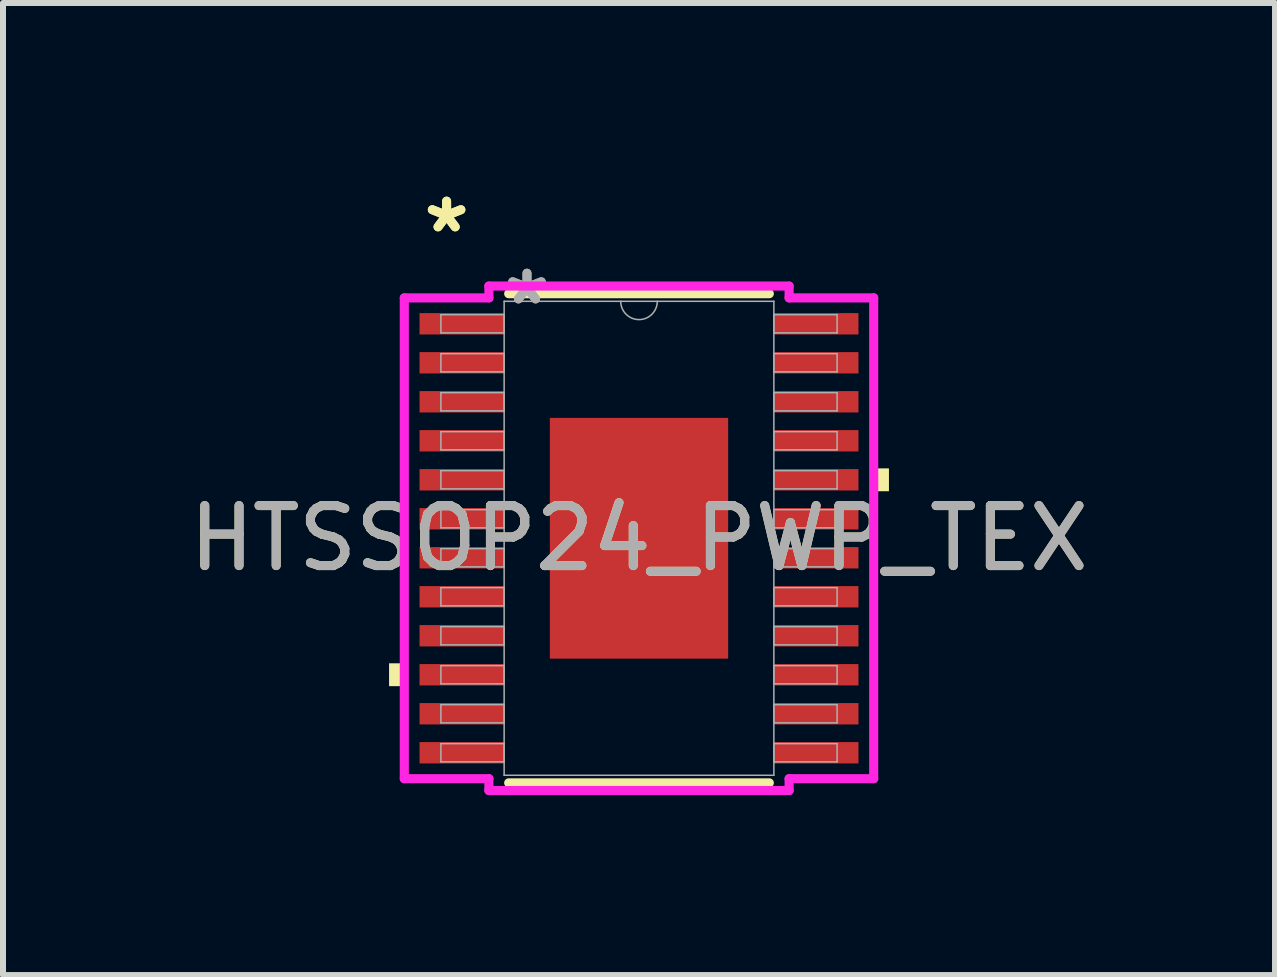
<source format=kicad_pcb>
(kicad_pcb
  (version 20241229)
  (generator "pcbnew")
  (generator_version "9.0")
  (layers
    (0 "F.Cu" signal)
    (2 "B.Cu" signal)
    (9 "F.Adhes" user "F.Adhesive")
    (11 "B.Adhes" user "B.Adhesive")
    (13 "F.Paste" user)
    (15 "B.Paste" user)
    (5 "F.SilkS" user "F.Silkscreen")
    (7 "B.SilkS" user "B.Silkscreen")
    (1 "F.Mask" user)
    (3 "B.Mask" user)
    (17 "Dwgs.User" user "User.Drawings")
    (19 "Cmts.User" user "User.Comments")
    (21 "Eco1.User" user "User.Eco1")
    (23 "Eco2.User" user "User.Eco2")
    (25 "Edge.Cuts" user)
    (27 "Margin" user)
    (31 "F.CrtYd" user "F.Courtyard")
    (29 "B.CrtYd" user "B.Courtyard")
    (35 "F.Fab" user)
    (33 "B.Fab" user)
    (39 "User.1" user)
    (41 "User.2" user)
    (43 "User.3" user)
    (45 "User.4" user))
  (footprint "HTSSOP24_PWP_TEX"
    (layer "F.Cu")
    (at 7.601 5.922)
    (property "Reference" "HTSSOP24_PWP_TEX" (at 0 0 0) (unlocked yes) (layer "F.SilkS") (effects (font (size 1 1) (thickness 0.15))))
    (attr smd)
    (fp_line (start -2.172 4.077) (end 2.172 4.077) (stroke (width 0.152) (type solid)) (layer "F.SilkS"))
    (fp_line (start 2.172 -4.077) (end -2.172 -4.077) (stroke (width 0.152) (type solid)) (layer "F.SilkS"))
    (fp_poly (pts (xy -4.166 2.084) (xy -4.166 2.465) (xy -3.912 2.465) (xy -3.912 2.084)) (stroke (width 0) (type solid)) (fill yes) (layer "F.SilkS"))
    (fp_poly (pts (xy 4.166 -1.165) (xy 4.166 -0.784) (xy 3.912 -0.784) (xy 3.912 -1.165)) (stroke (width 0) (type solid)) (fill yes) (layer "F.SilkS"))
    (fp_poly (pts (xy -1.386 -1.907) (xy -1.386 -0.769) (xy -0.1 -0.769) (xy -0.1 -1.907)) (stroke (width 0) (type solid)) (fill yes) (layer "F.Paste"))
    (fp_poly (pts (xy -1.386 -0.569) (xy -1.386 0.569) (xy -0.1 0.569) (xy -0.1 -0.569)) (stroke (width 0) (type solid)) (fill yes) (layer "F.Paste"))
    (fp_poly (pts (xy -1.386 0.769) (xy -1.386 1.907) (xy -0.1 1.907) (xy -0.1 0.769)) (stroke (width 0) (type solid)) (fill yes) (layer "F.Paste"))
    (fp_poly (pts (xy 0.1 -1.907) (xy 0.1 -0.769) (xy 1.386 -0.769) (xy 1.386 -1.907)) (stroke (width 0) (type solid)) (fill yes) (layer "F.Paste"))
    (fp_poly (pts (xy 0.1 -0.569) (xy 0.1 0.569) (xy 1.386 0.569) (xy 1.386 -0.569)) (stroke (width 0) (type solid)) (fill yes) (layer "F.Paste"))
    (fp_poly (pts (xy 0.1 0.769) (xy 0.1 1.907) (xy 1.386 1.907) (xy 1.386 0.769)) (stroke (width 0) (type solid)) (fill yes) (layer "F.Paste"))
    (fp_line (start -3.912 -4.007) (end -2.502 -4.007) (stroke (width 0.152) (type solid)) (layer "F.CrtYd"))
    (fp_line (start -3.912 4.007) (end -3.912 -4.007) (stroke (width 0.152) (type solid)) (layer "F.CrtYd"))
    (fp_line (start -3.912 4.007) (end -2.502 4.007) (stroke (width 0.152) (type solid)) (layer "F.CrtYd"))
    (fp_line (start -2.502 -4.204) (end 2.502 -4.204) (stroke (width 0.152) (type solid)) (layer "F.CrtYd"))
    (fp_line (start -2.502 -4.007) (end -2.502 -4.204) (stroke (width 0.152) (type solid)) (layer "F.CrtYd"))
    (fp_line (start -2.502 4.204) (end -2.502 4.007) (stroke (width 0.152) (type solid)) (layer "F.CrtYd"))
    (fp_line (start 2.502 -4.204) (end 2.502 -4.007) (stroke (width 0.152) (type solid)) (layer "F.CrtYd"))
    (fp_line (start 2.502 4.007) (end 2.502 4.204) (stroke (width 0.152) (type solid)) (layer "F.CrtYd"))
    (fp_line (start 2.502 4.204) (end -2.502 4.204) (stroke (width 0.152) (type solid)) (layer "F.CrtYd"))
    (fp_line (start 3.912 -4.007) (end 2.502 -4.007) (stroke (width 0.152) (type solid)) (layer "F.CrtYd"))
    (fp_line (start 3.912 -4.007) (end 3.912 4.007) (stroke (width 0.152) (type solid)) (layer "F.CrtYd"))
    (fp_line (start 3.912 4.007) (end 2.502 4.007) (stroke (width 0.152) (type solid)) (layer "F.CrtYd"))
    (fp_line (start -3.302 -3.727) (end -3.302 -3.423) (stroke (width 0.025) (type solid)) (layer "F.Fab"))
    (fp_line (start -3.302 -3.423) (end -2.248 -3.423) (stroke (width 0.025) (type solid)) (layer "F.Fab"))
    (fp_line (start -3.302 -3.077) (end -3.302 -2.773) (stroke (width 0.025) (type solid)) (layer "F.Fab"))
    (fp_line (start -3.302 -2.773) (end -2.248 -2.773) (stroke (width 0.025) (type solid)) (layer "F.Fab"))
    (fp_line (start -3.302 -2.427) (end -3.302 -2.123) (stroke (width 0.025) (type solid)) (layer "F.Fab"))
    (fp_line (start -3.302 -2.123) (end -2.248 -2.123) (stroke (width 0.025) (type solid)) (layer "F.Fab"))
    (fp_line (start -3.302 -1.777) (end -3.302 -1.473) (stroke (width 0.025) (type solid)) (layer "F.Fab"))
    (fp_line (start -3.302 -1.473) (end -2.248 -1.473) (stroke (width 0.025) (type solid)) (layer "F.Fab"))
    (fp_line (start -3.302 -1.127) (end -3.302 -0.823) (stroke (width 0.025) (type solid)) (layer "F.Fab"))
    (fp_line (start -3.302 -0.823) (end -2.248 -0.823) (stroke (width 0.025) (type solid)) (layer "F.Fab"))
    (fp_line (start -3.302 -0.477) (end -3.302 -0.173) (stroke (width 0.025) (type solid)) (layer "F.Fab"))
    (fp_line (start -3.302 -0.173) (end -2.248 -0.173) (stroke (width 0.025) (type solid)) (layer "F.Fab"))
    (fp_line (start -3.302 0.173) (end -3.302 0.477) (stroke (width 0.025) (type solid)) (layer "F.Fab"))
    (fp_line (start -3.302 0.477) (end -2.248 0.477) (stroke (width 0.025) (type solid)) (layer "F.Fab"))
    (fp_line (start -3.302 0.823) (end -3.302 1.127) (stroke (width 0.025) (type solid)) (layer "F.Fab"))
    (fp_line (start -3.302 1.127) (end -2.248 1.127) (stroke (width 0.025) (type solid)) (layer "F.Fab"))
    (fp_line (start -3.302 1.473) (end -3.302 1.777) (stroke (width 0.025) (type solid)) (layer "F.Fab"))
    (fp_line (start -3.302 1.777) (end -2.248 1.777) (stroke (width 0.025) (type solid)) (layer "F.Fab"))
    (fp_line (start -3.302 2.123) (end -3.302 2.427) (stroke (width 0.025) (type solid)) (layer "F.Fab"))
    (fp_line (start -3.302 2.427) (end -2.248 2.427) (stroke (width 0.025) (type solid)) (layer "F.Fab"))
    (fp_line (start -3.302 2.773) (end -3.302 3.077) (stroke (width 0.025) (type solid)) (layer "F.Fab"))
    (fp_line (start -3.302 3.077) (end -2.248 3.077) (stroke (width 0.025) (type solid)) (layer "F.Fab"))
    (fp_line (start -3.302 3.423) (end -3.302 3.727) (stroke (width 0.025) (type solid)) (layer "F.Fab"))
    (fp_line (start -3.302 3.727) (end -2.248 3.727) (stroke (width 0.025) (type solid)) (layer "F.Fab"))
    (fp_line (start -2.248 -3.95) (end -2.248 3.95) (stroke (width 0.025) (type solid)) (layer "F.Fab"))
    (fp_line (start -2.248 -3.727) (end -3.302 -3.727) (stroke (width 0.025) (type solid)) (layer "F.Fab"))
    (fp_line (start -2.248 -3.423) (end -2.248 -3.727) (stroke (width 0.025) (type solid)) (layer "F.Fab"))
    (fp_line (start -2.248 -3.077) (end -3.302 -3.077) (stroke (width 0.025) (type solid)) (layer "F.Fab"))
    (fp_line (start -2.248 -2.773) (end -2.248 -3.077) (stroke (width 0.025) (type solid)) (layer "F.Fab"))
    (fp_line (start -2.248 -2.427) (end -3.302 -2.427) (stroke (width 0.025) (type solid)) (layer "F.Fab"))
    (fp_line (start -2.248 -2.123) (end -2.248 -2.427) (stroke (width 0.025) (type solid)) (layer "F.Fab"))
    (fp_line (start -2.248 -1.777) (end -3.302 -1.777) (stroke (width 0.025) (type solid)) (layer "F.Fab"))
    (fp_line (start -2.248 -1.473) (end -2.248 -1.777) (stroke (width 0.025) (type solid)) (layer "F.Fab"))
    (fp_line (start -2.248 -1.127) (end -3.302 -1.127) (stroke (width 0.025) (type solid)) (layer "F.Fab"))
    (fp_line (start -2.248 -0.823) (end -2.248 -1.127) (stroke (width 0.025) (type solid)) (layer "F.Fab"))
    (fp_line (start -2.248 -0.477) (end -3.302 -0.477) (stroke (width 0.025) (type solid)) (layer "F.Fab"))
    (fp_line (start -2.248 -0.173) (end -2.248 -0.477) (stroke (width 0.025) (type solid)) (layer "F.Fab"))
    (fp_line (start -2.248 0.173) (end -3.302 0.173) (stroke (width 0.025) (type solid)) (layer "F.Fab"))
    (fp_line (start -2.248 0.477) (end -2.248 0.173) (stroke (width 0.025) (type solid)) (layer "F.Fab"))
    (fp_line (start -2.248 0.823) (end -3.302 0.823) (stroke (width 0.025) (type solid)) (layer "F.Fab"))
    (fp_line (start -2.248 1.127) (end -2.248 0.823) (stroke (width 0.025) (type solid)) (layer "F.Fab"))
    (fp_line (start -2.248 1.473) (end -3.302 1.473) (stroke (width 0.025) (type solid)) (layer "F.Fab"))
    (fp_line (start -2.248 1.777) (end -2.248 1.473) (stroke (width 0.025) (type solid)) (layer "F.Fab"))
    (fp_line (start -2.248 2.123) (end -3.302 2.123) (stroke (width 0.025) (type solid)) (layer "F.Fab"))
    (fp_line (start -2.248 2.427) (end -2.248 2.123) (stroke (width 0.025) (type solid)) (layer "F.Fab"))
    (fp_line (start -2.248 2.773) (end -3.302 2.773) (stroke (width 0.025) (type solid)) (layer "F.Fab"))
    (fp_line (start -2.248 3.077) (end -2.248 2.773) (stroke (width 0.025) (type solid)) (layer "F.Fab"))
    (fp_line (start -2.248 3.423) (end -3.302 3.423) (stroke (width 0.025) (type solid)) (layer "F.Fab"))
    (fp_line (start -2.248 3.727) (end -2.248 3.423) (stroke (width 0.025) (type solid)) (layer "F.Fab"))
    (fp_line (start -2.248 3.95) (end 2.248 3.95) (stroke (width 0.025) (type solid)) (layer "F.Fab"))
    (fp_line (start 2.248 -3.95) (end -2.248 -3.95) (stroke (width 0.025) (type solid)) (layer "F.Fab"))
    (fp_line (start 2.248 -3.727) (end 2.248 -3.423) (stroke (width 0.025) (type solid)) (layer "F.Fab"))
    (fp_line (start 2.248 -3.423) (end 3.302 -3.423) (stroke (width 0.025) (type solid)) (layer "F.Fab"))
    (fp_line (start 2.248 -3.077) (end 2.248 -2.773) (stroke (width 0.025) (type solid)) (layer "F.Fab"))
    (fp_line (start 2.248 -2.773) (end 3.302 -2.773) (stroke (width 0.025) (type solid)) (layer "F.Fab"))
    (fp_line (start 2.248 -2.427) (end 2.248 -2.123) (stroke (width 0.025) (type solid)) (layer "F.Fab"))
    (fp_line (start 2.248 -2.123) (end 3.302 -2.123) (stroke (width 0.025) (type solid)) (layer "F.Fab"))
    (fp_line (start 2.248 -1.777) (end 2.248 -1.473) (stroke (width 0.025) (type solid)) (layer "F.Fab"))
    (fp_line (start 2.248 -1.473) (end 3.302 -1.473) (stroke (width 0.025) (type solid)) (layer "F.Fab"))
    (fp_line (start 2.248 -1.127) (end 2.248 -0.823) (stroke (width 0.025) (type solid)) (layer "F.Fab"))
    (fp_line (start 2.248 -0.823) (end 3.302 -0.823) (stroke (width 0.025) (type solid)) (layer "F.Fab"))
    (fp_line (start 2.248 -0.477) (end 2.248 -0.173) (stroke (width 0.025) (type solid)) (layer "F.Fab"))
    (fp_line (start 2.248 -0.173) (end 3.302 -0.173) (stroke (width 0.025) (type solid)) (layer "F.Fab"))
    (fp_line (start 2.248 0.173) (end 2.248 0.477) (stroke (width 0.025) (type solid)) (layer "F.Fab"))
    (fp_line (start 2.248 0.477) (end 3.302 0.477) (stroke (width 0.025) (type solid)) (layer "F.Fab"))
    (fp_line (start 2.248 0.823) (end 2.248 1.127) (stroke (width 0.025) (type solid)) (layer "F.Fab"))
    (fp_line (start 2.248 1.127) (end 3.302 1.127) (stroke (width 0.025) (type solid)) (layer "F.Fab"))
    (fp_line (start 2.248 1.473) (end 2.248 1.777) (stroke (width 0.025) (type solid)) (layer "F.Fab"))
    (fp_line (start 2.248 1.777) (end 3.302 1.777) (stroke (width 0.025) (type solid)) (layer "F.Fab"))
    (fp_line (start 2.248 2.123) (end 2.248 2.427) (stroke (width 0.025) (type solid)) (layer "F.Fab"))
    (fp_line (start 2.248 2.427) (end 3.302 2.427) (stroke (width 0.025) (type solid)) (layer "F.Fab"))
    (fp_line (start 2.248 2.773) (end 2.248 3.077) (stroke (width 0.025) (type solid)) (layer "F.Fab"))
    (fp_line (start 2.248 3.077) (end 3.302 3.077) (stroke (width 0.025) (type solid)) (layer "F.Fab"))
    (fp_line (start 2.248 3.423) (end 2.248 3.727) (stroke (width 0.025) (type solid)) (layer "F.Fab"))
    (fp_line (start 2.248 3.727) (end 3.302 3.727) (stroke (width 0.025) (type solid)) (layer "F.Fab"))
    (fp_line (start 2.248 3.95) (end 2.248 -3.95) (stroke (width 0.025) (type solid)) (layer "F.Fab"))
    (fp_line (start 3.302 -3.727) (end 2.248 -3.727) (stroke (width 0.025) (type solid)) (layer "F.Fab"))
    (fp_line (start 3.302 -3.423) (end 3.302 -3.727) (stroke (width 0.025) (type solid)) (layer "F.Fab"))
    (fp_line (start 3.302 -3.077) (end 2.248 -3.077) (stroke (width 0.025) (type solid)) (layer "F.Fab"))
    (fp_line (start 3.302 -2.773) (end 3.302 -3.077) (stroke (width 0.025) (type solid)) (layer "F.Fab"))
    (fp_line (start 3.302 -2.427) (end 2.248 -2.427) (stroke (width 0.025) (type solid)) (layer "F.Fab"))
    (fp_line (start 3.302 -2.123) (end 3.302 -2.427) (stroke (width 0.025) (type solid)) (layer "F.Fab"))
    (fp_line (start 3.302 -1.777) (end 2.248 -1.777) (stroke (width 0.025) (type solid)) (layer "F.Fab"))
    (fp_line (start 3.302 -1.473) (end 3.302 -1.777) (stroke (width 0.025) (type solid)) (layer "F.Fab"))
    (fp_line (start 3.302 -1.127) (end 2.248 -1.127) (stroke (width 0.025) (type solid)) (layer "F.Fab"))
    (fp_line (start 3.302 -0.823) (end 3.302 -1.127) (stroke (width 0.025) (type solid)) (layer "F.Fab"))
    (fp_line (start 3.302 -0.477) (end 2.248 -0.477) (stroke (width 0.025) (type solid)) (layer "F.Fab"))
    (fp_line (start 3.302 -0.173) (end 3.302 -0.477) (stroke (width 0.025) (type solid)) (layer "F.Fab"))
    (fp_line (start 3.302 0.173) (end 2.248 0.173) (stroke (width 0.025) (type solid)) (layer "F.Fab"))
    (fp_line (start 3.302 0.477) (end 3.302 0.173) (stroke (width 0.025) (type solid)) (layer "F.Fab"))
    (fp_line (start 3.302 0.823) (end 2.248 0.823) (stroke (width 0.025) (type solid)) (layer "F.Fab"))
    (fp_line (start 3.302 1.127) (end 3.302 0.823) (stroke (width 0.025) (type solid)) (layer "F.Fab"))
    (fp_line (start 3.302 1.473) (end 2.248 1.473) (stroke (width 0.025) (type solid)) (layer "F.Fab"))
    (fp_line (start 3.302 1.777) (end 3.302 1.473) (stroke (width 0.025) (type solid)) (layer "F.Fab"))
    (fp_line (start 3.302 2.123) (end 2.248 2.123) (stroke (width 0.025) (type solid)) (layer "F.Fab"))
    (fp_line (start 3.302 2.427) (end 3.302 2.123) (stroke (width 0.025) (type solid)) (layer "F.Fab"))
    (fp_line (start 3.302 2.773) (end 2.248 2.773) (stroke (width 0.025) (type solid)) (layer "F.Fab"))
    (fp_line (start 3.302 3.077) (end 3.302 2.773) (stroke (width 0.025) (type solid)) (layer "F.Fab"))
    (fp_line (start 3.302 3.423) (end 2.248 3.423) (stroke (width 0.025) (type solid)) (layer "F.Fab"))
    (fp_line (start 3.302 3.727) (end 3.302 3.423) (stroke (width 0.025) (type solid)) (layer "F.Fab"))
    (fp_arc (start 0.3048 -3.9497) (mid 0 -3.6449) (end -0.3048 -3.9497) (stroke (width 0.0254) (type solid)) (layer "F.Fab"))
    (fp_text user "*" (at -3.207 -5.074 0) (layer "F.SilkS") (effects (font (size 1 1) (thickness 0.15))))
    (fp_text user "*" (at -3.207 -5.074 0) (unlocked yes) (layer "F.SilkS") (effects (font (size 1 1) (thickness 0.15))))
    (fp_text user "*" (at -1.867 -3.873 0) (layer "F.Fab") (effects (font (size 1 1) (thickness 0.15))))
    (fp_text user "*" (at -1.867 -3.873 0) (unlocked yes) (layer "F.Fab") (effects (font (size 1 1) (thickness 0.15))))
    (fp_text user "${REFERENCE}" (at 0 0 0) (unlocked yes) (layer "F.Fab") (effects (font (size 1 1) (thickness 0.15))))
    (pad "1" smd rect (at -2.953 -3.575) (size 1.41 0.356) (layers "F.Cu" "F.Mask" "F.Paste"))
    (pad "2" smd rect (at -2.953 -2.925) (size 1.41 0.356) (layers "F.Cu" "F.Mask" "F.Paste"))
    (pad "3" smd rect (at -2.953 -2.275) (size 1.41 0.356) (layers "F.Cu" "F.Mask" "F.Paste"))
    (pad "4" smd rect (at -2.953 -1.625) (size 1.41 0.356) (layers "F.Cu" "F.Mask" "F.Paste"))
    (pad "5" smd rect (at -2.953 -0.975) (size 1.41 0.356) (layers "F.Cu" "F.Mask" "F.Paste"))
    (pad "6" smd rect (at -2.953 -0.325) (size 1.41 0.356) (layers "F.Cu" "F.Mask" "F.Paste"))
    (pad "7" smd rect (at -2.953 0.325) (size 1.41 0.356) (layers "F.Cu" "F.Mask" "F.Paste"))
    (pad "8" smd rect (at -2.953 0.975) (size 1.41 0.356) (layers "F.Cu" "F.Mask" "F.Paste"))
    (pad "9" smd rect (at -2.953 1.625) (size 1.41 0.356) (layers "F.Cu" "F.Mask" "F.Paste"))
    (pad "10" smd rect (at -2.953 2.275) (size 1.41 0.356) (layers "F.Cu" "F.Mask" "F.Paste"))
    (pad "11" smd rect (at -2.953 2.925) (size 1.41 0.356) (layers "F.Cu" "F.Mask" "F.Paste"))
    (pad "12" smd rect (at -2.953 3.575) (size 1.41 0.356) (layers "F.Cu" "F.Mask" "F.Paste"))
    (pad "13" smd rect (at 2.953 3.575) (size 1.41 0.356) (layers "F.Cu" "F.Mask" "F.Paste"))
    (pad "14" smd rect (at 2.953 2.925) (size 1.41 0.356) (layers "F.Cu" "F.Mask" "F.Paste"))
    (pad "15" smd rect (at 2.953 2.275) (size 1.41 0.356) (layers "F.Cu" "F.Mask" "F.Paste"))
    (pad "16" smd rect (at 2.953 1.625) (size 1.41 0.356) (layers "F.Cu" "F.Mask" "F.Paste"))
    (pad "17" smd rect (at 2.953 0.975) (size 1.41 0.356) (layers "F.Cu" "F.Mask" "F.Paste"))
    (pad "18" smd rect (at 2.953 0.325) (size 1.41 0.356) (layers "F.Cu" "F.Mask" "F.Paste"))
    (pad "19" smd rect (at 2.953 -0.325) (size 1.41 0.356) (layers "F.Cu" "F.Mask" "F.Paste"))
    (pad "20" smd rect (at 2.953 -0.975) (size 1.41 0.356) (layers "F.Cu" "F.Mask" "F.Paste"))
    (pad "21" smd rect (at 2.953 -1.625) (size 1.41 0.356) (layers "F.Cu" "F.Mask" "F.Paste"))
    (pad "22" smd rect (at 2.953 -2.275) (size 1.41 0.356) (layers "F.Cu" "F.Mask" "F.Paste"))
    (pad "23" smd rect (at 2.953 -2.925) (size 1.41 0.356) (layers "F.Cu" "F.Mask" "F.Paste"))
    (pad "24" smd rect (at 2.953 -3.575) (size 1.41 0.356) (layers "F.Cu" "F.Mask" "F.Paste"))
    (pad "EPAD" smd rect (at 0 0) (size 2.972 4.013) (layers "F.Cu" "F.Mask")))
  (gr_rect
    (start -3 -3)
    (end 18.202 13.202)
    (stroke (width 0.1) (type default))
    (fill no)
    (layer "Edge.Cuts")))
</source>
